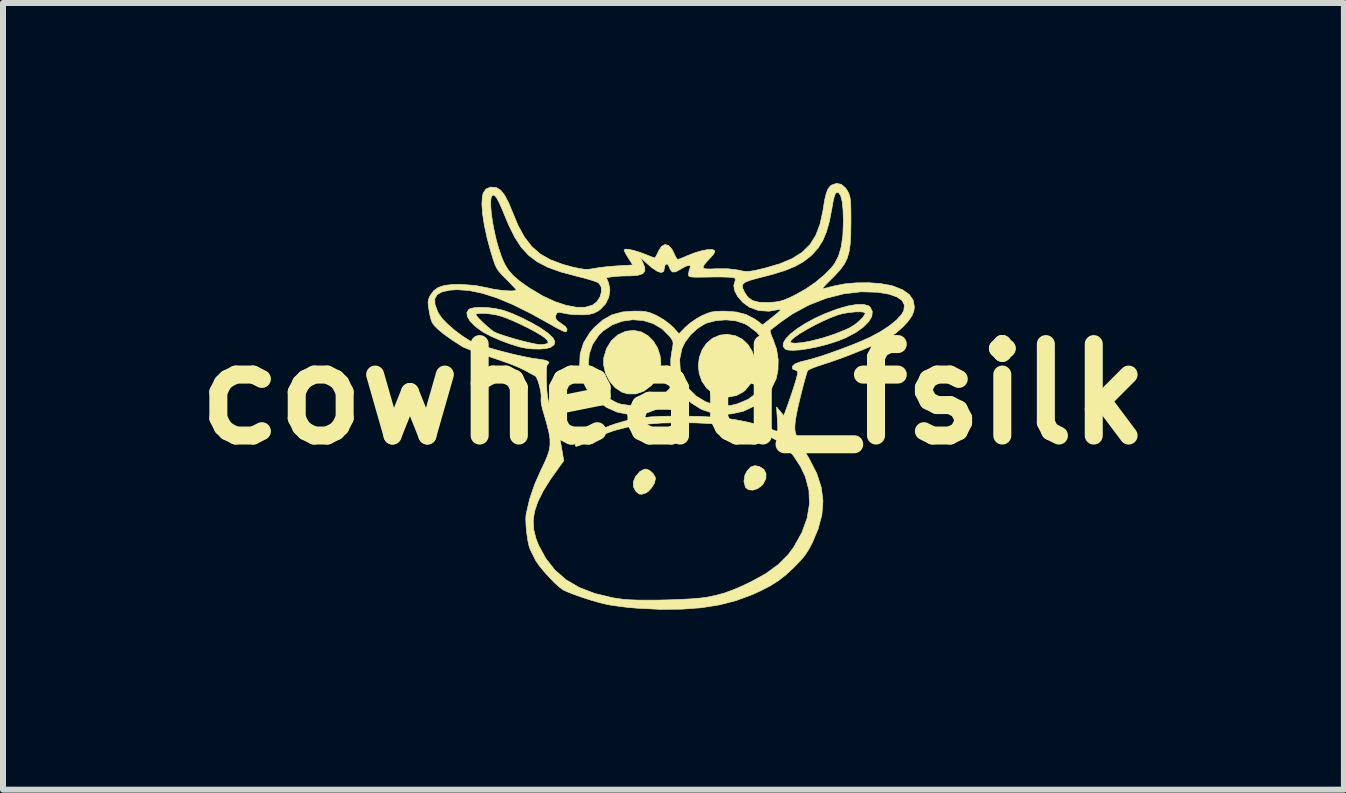
<source format=kicad_pcb>
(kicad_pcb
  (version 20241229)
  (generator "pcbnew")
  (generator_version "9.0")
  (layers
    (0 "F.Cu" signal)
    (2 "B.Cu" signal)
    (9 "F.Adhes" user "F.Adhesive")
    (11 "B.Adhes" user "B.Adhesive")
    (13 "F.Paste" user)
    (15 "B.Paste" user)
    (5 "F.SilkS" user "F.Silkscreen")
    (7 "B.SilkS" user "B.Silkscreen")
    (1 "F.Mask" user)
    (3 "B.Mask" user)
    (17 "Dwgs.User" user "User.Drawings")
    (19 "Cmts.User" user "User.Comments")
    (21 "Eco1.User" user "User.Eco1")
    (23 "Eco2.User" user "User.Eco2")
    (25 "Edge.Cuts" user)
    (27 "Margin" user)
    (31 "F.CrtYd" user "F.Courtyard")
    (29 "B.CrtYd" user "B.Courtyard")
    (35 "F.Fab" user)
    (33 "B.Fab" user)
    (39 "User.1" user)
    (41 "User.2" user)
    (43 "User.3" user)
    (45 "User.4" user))
  (footprint "cowhead_fsilk"
    (layer "F.Cu")
    (at 8.172 3.518)
    (property "Reference" "cowhead_fsilk" (at 0 0 0) (layer "F.SilkS") (effects (font (size 1.524 1.524) (thickness 0.3))))
    (attr through_hole)
    (fp_poly (pts (xy 1.429 1.204) (xy 1.505 1.252) (xy 1.542 1.323) (xy 1.54 1.407) (xy 1.495 1.495) (xy 1.475 1.519) (xy 1.402 1.574) (xy 1.324 1.599) (xy 1.252 1.593) (xy 1.202 1.555) (xy 1.199 1.549) (xy 1.174 1.454) (xy 1.19 1.35) (xy 1.222 1.286) (xy 1.285 1.215) (xy 1.355 1.191) (xy 1.429 1.204)) (stroke (width 0.01) (type solid)) (fill yes) (layer "F.SilkS"))
    (fp_poly (pts (xy -0.401 1.268) (xy -0.344 1.318) (xy -0.306 1.379) (xy -0.3 1.411) (xy -0.318 1.483) (xy -0.365 1.561) (xy -0.425 1.625) (xy -0.463 1.647) (xy -0.529 1.668) (xy -0.573 1.663) (xy -0.616 1.629) (xy -0.624 1.622) (xy -0.666 1.547) (xy -0.668 1.458) (xy -0.631 1.372) (xy -0.561 1.29) (xy -0.49 1.252) (xy -0.46 1.248) (xy -0.401 1.268)) (stroke (width 0.01) (type solid)) (fill yes) (layer "F.SilkS"))
    (fp_poly (pts (xy -0.534 -1.036) (xy -0.425 -0.974) (xy -0.334 -0.883) (xy -0.266 -0.772) (xy -0.224 -0.645) (xy -0.21 -0.512) (xy -0.229 -0.378) (xy -0.283 -0.25) (xy -0.367 -0.145) (xy -0.493 -0.051) (xy -0.627 -0.004) (xy -0.765 -0.005) (xy -0.861 -0.035) (xy -0.973 -0.109) (xy -1.066 -0.219) (xy -1.133 -0.351) (xy -1.165 -0.492) (xy -1.162 -0.604) (xy -1.116 -0.759) (xy -1.036 -0.89) (xy -0.926 -0.989) (xy -0.797 -1.048) (xy -0.659 -1.063) (xy -0.534 -1.036)) (stroke (width 0.01) (type solid)) (fill yes) (layer "F.SilkS"))
    (fp_poly (pts (xy 1.03 -0.975) (xy 1.149 -0.915) (xy 1.244 -0.824) (xy 1.313 -0.71) (xy 1.354 -0.581) (xy 1.365 -0.444) (xy 1.344 -0.308) (xy 1.288 -0.179) (xy 1.196 -0.066) (xy 1.157 -0.034) (xy 1.047 0.023) (xy 0.917 0.048) (xy 0.786 0.04) (xy 0.671 -0.003) (xy 0.668 -0.005) (xy 0.553 -0.101) (xy 0.473 -0.217) (xy 0.428 -0.347) (xy 0.414 -0.483) (xy 0.432 -0.617) (xy 0.478 -0.741) (xy 0.552 -0.849) (xy 0.651 -0.932) (xy 0.774 -0.984) (xy 0.889 -0.998) (xy 1.03 -0.975)) (stroke (width 0.01) (type solid)) (fill yes) (layer "F.SilkS"))
    (fp_poly (pts (xy 3.253 -1.471) (xy 3.277 -1.451) (xy 3.313 -1.379) (xy 3.305 -1.297) (xy 3.254 -1.209) (xy 3.164 -1.119) (xy 3.039 -1.029) (xy 2.88 -0.945) (xy 2.852 -0.932) (xy 2.715 -0.879) (xy 2.564 -0.831) (xy 2.407 -0.791) (xy 2.252 -0.759) (xy 2.111 -0.738) (xy 1.991 -0.73) (xy 1.903 -0.736) (xy 1.865 -0.749) (xy 1.827 -0.795) (xy 1.832 -0.855) (xy 1.841 -0.871) (xy 1.946 -0.871) (xy 1.969 -0.854) (xy 2.032 -0.849) (xy 2.128 -0.857) (xy 2.249 -0.877) (xy 2.288 -0.885) (xy 2.48 -0.934) (xy 2.677 -0.998) (xy 2.857 -1.069) (xy 2.935 -1.105) (xy 3.018 -1.156) (xy 3.095 -1.218) (xy 3.157 -1.281) (xy 3.191 -1.334) (xy 3.194 -1.349) (xy 3.171 -1.366) (xy 3.112 -1.373) (xy 3.027 -1.371) (xy 2.929 -1.361) (xy 2.83 -1.345) (xy 2.742 -1.322) (xy 2.738 -1.32) (xy 2.616 -1.274) (xy 2.486 -1.217) (xy 2.354 -1.152) (xy 2.228 -1.083) (xy 2.116 -1.017) (xy 2.027 -0.956) (xy 1.967 -0.906) (xy 1.946 -0.871) (xy 1.841 -0.871) (xy 1.875 -0.927) (xy 1.952 -1.006) (xy 2.06 -1.09) (xy 2.194 -1.176) (xy 2.349 -1.261) (xy 2.523 -1.34) (xy 2.711 -1.412) (xy 2.738 -1.421) (xy 2.908 -1.47) (xy 3.055 -1.495) (xy 3.172 -1.495) (xy 3.253 -1.471)) (stroke (width 0.01) (type solid)) (fill yes) (layer "F.SilkS"))
    (fp_poly (pts (xy -3.1 -1.443) (xy -2.971 -1.427) (xy -2.851 -1.401) (xy -2.828 -1.395) (xy -2.684 -1.342) (xy -2.521 -1.269) (xy -2.357 -1.185) (xy -2.208 -1.098) (xy -2.092 -1.017) (xy -2.01 -0.941) (xy -1.977 -0.877) (xy -1.99 -0.823) (xy -2.046 -0.781) (xy -2.118 -0.761) (xy -2.224 -0.752) (xy -2.346 -0.754) (xy -2.47 -0.768) (xy -2.563 -0.787) (xy -2.72 -0.836) (xy -2.884 -0.897) (xy -3.038 -0.964) (xy -3.164 -1.03) (xy -3.193 -1.048) (xy -3.306 -1.132) (xy -3.388 -1.215) (xy -3.434 -1.293) (xy -3.438 -1.326) (xy -3.294 -1.326) (xy -3.276 -1.298) (xy -3.231 -1.249) (xy -3.168 -1.187) (xy -3.099 -1.125) (xy -3.033 -1.07) (xy -2.993 -1.04) (xy -2.939 -1.015) (xy -2.849 -0.983) (xy -2.735 -0.947) (xy -2.608 -0.91) (xy -2.48 -0.876) (xy -2.363 -0.849) (xy -2.271 -0.831) (xy -2.221 -0.825) (xy -2.152 -0.83) (xy -2.102 -0.844) (xy -2.1 -0.845) (xy -2.086 -0.867) (xy -2.106 -0.902) (xy -2.137 -0.933) (xy -2.197 -0.977) (xy -2.293 -1.034) (xy -2.412 -1.098) (xy -2.543 -1.163) (xy -2.675 -1.223) (xy -2.797 -1.273) (xy -2.862 -1.296) (xy -2.951 -1.32) (xy -3.049 -1.336) (xy -3.144 -1.346) (xy -3.225 -1.347) (xy -3.278 -1.34) (xy -3.294 -1.326) (xy -3.438 -1.326) (xy -3.443 -1.36) (xy -3.411 -1.411) (xy -3.395 -1.421) (xy -3.326 -1.44) (xy -3.223 -1.447) (xy -3.1 -1.443)) (stroke (width 0.01) (type solid)) (fill yes) (layer "F.SilkS"))
    (fp_poly (pts (xy 2.798 -3.496) (xy 2.87 -3.433) (xy 2.901 -3.385) (xy 2.922 -3.342) (xy 2.937 -3.299) (xy 2.947 -3.244) (xy 2.953 -3.171) (xy 2.956 -3.069) (xy 2.957 -2.929) (xy 2.957 -2.869) (xy 2.954 -2.666) (xy 2.945 -2.503) (xy 2.926 -2.372) (xy 2.894 -2.263) (xy 2.847 -2.168) (xy 2.78 -2.076) (xy 2.693 -1.98) (xy 2.658 -1.945) (xy 2.582 -1.869) (xy 2.522 -1.807) (xy 2.485 -1.767) (xy 2.477 -1.756) (xy 2.502 -1.76) (xy 2.563 -1.774) (xy 2.648 -1.796) (xy 2.67 -1.802) (xy 2.847 -1.837) (xy 3.048 -1.855) (xy 3.256 -1.857) (xy 3.454 -1.842) (xy 3.626 -1.811) (xy 3.666 -1.8) (xy 3.822 -1.737) (xy 3.931 -1.659) (xy 3.994 -1.565) (xy 4.014 -1.453) (xy 4.006 -1.386) (xy 3.973 -1.305) (xy 3.906 -1.21) (xy 3.814 -1.112) (xy 3.707 -1.019) (xy 3.594 -0.943) (xy 3.584 -0.937) (xy 3.473 -0.88) (xy 3.326 -0.813) (xy 3.155 -0.741) (xy 2.971 -0.667) (xy 2.787 -0.597) (xy 2.613 -0.536) (xy 2.5 -0.499) (xy 2.394 -0.464) (xy 2.307 -0.431) (xy 2.25 -0.404) (xy 2.233 -0.391) (xy 2.192 -0.254) (xy 2.151 -0.101) (xy 2.111 0.057) (xy 2.076 0.207) (xy 2.048 0.339) (xy 2.031 0.44) (xy 2.027 0.478) (xy 2.023 0.54) (xy 2.023 0.591) (xy 2.031 0.64) (xy 2.049 0.694) (xy 2.08 0.762) (xy 2.129 0.85) (xy 2.197 0.968) (xy 2.267 1.086) (xy 2.388 1.323) (xy 2.462 1.552) (xy 2.491 1.778) (xy 2.473 2.008) (xy 2.41 2.246) (xy 2.316 2.47) (xy 2.256 2.585) (xy 2.192 2.682) (xy 2.113 2.777) (xy 2.011 2.882) (xy 1.878 3.006) (xy 1.75 3.107) (xy 1.612 3.194) (xy 1.45 3.278) (xy 1.305 3.343) (xy 1.044 3.439) (xy 0.765 3.511) (xy 0.463 3.559) (xy 0.131 3.583) (xy -0.235 3.585) (xy -0.621 3.565) (xy -0.761 3.553) (xy -0.908 3.535) (xy -1.039 3.516) (xy -1.102 3.505) (xy -1.227 3.475) (xy -1.371 3.434) (xy -1.521 3.386) (xy -1.661 3.336) (xy -1.778 3.29) (xy -1.837 3.262) (xy -1.898 3.218) (xy -1.979 3.145) (xy -2.068 3.054) (xy -2.157 2.955) (xy -2.234 2.861) (xy -2.29 2.781) (xy -2.305 2.754) (xy -2.344 2.674) (xy -2.381 2.601) (xy -2.387 2.589) (xy -2.409 2.524) (xy -2.429 2.424) (xy -2.446 2.306) (xy -2.457 2.185) (xy -2.461 2.077) (xy -2.455 1.999) (xy -2.396 1.745) (xy -2.31 1.495) (xy -2.212 1.274) (xy -2.148 1.14) (xy -2.101 1.031) (xy -2.071 0.936) (xy -2.057 0.845) (xy -2.058 0.749) (xy -2.075 0.639) (xy -2.108 0.505) (xy -2.156 0.338) (xy -2.183 0.246) (xy -2.201 0.167) (xy -2.208 0.102) (xy -2.206 0.084) (xy -2.204 0.024) (xy -2.214 -0.058) (xy -2.235 -0.148) (xy -2.26 -0.229) (xy -2.287 -0.287) (xy -2.304 -0.304) (xy -2.363 -0.335) (xy -2.389 -0.349) (xy -2.476 -0.397) (xy -2.56 -0.438) (xy -2.651 -0.477) (xy -2.76 -0.519) (xy -2.897 -0.567) (xy -3.035 -0.614) (xy -3.175 -0.661) (xy -3.303 -0.707) (xy -3.41 -0.747) (xy -3.485 -0.777) (xy -3.516 -0.792) (xy -3.692 -0.905) (xy -3.829 -1.003) (xy -3.933 -1.09) (xy -3.988 -1.146) (xy -4.023 -1.199) (xy -4.047 -1.266) (xy -4.067 -1.364) (xy -4.068 -1.37) (xy -4.084 -1.467) (xy -4.089 -1.532) (xy -4.082 -1.58) (xy -4.077 -1.59) (xy -3.977 -1.59) (xy -3.974 -1.497) (xy -3.93 -1.377) (xy -3.908 -1.336) (xy -3.851 -1.257) (xy -3.76 -1.164) (xy -3.649 -1.067) (xy -3.527 -0.975) (xy -3.408 -0.899) (xy -3.357 -0.872) (xy -3.269 -0.836) (xy -3.143 -0.794) (xy -2.991 -0.749) (xy -2.825 -0.704) (xy -2.656 -0.662) (xy -2.495 -0.626) (xy -2.354 -0.599) (xy -2.263 -0.586) (xy -2.154 -0.569) (xy -2.091 -0.548) (xy -2.073 -0.522) (xy -2.095 -0.499) (xy -2.11 -0.475) (xy -2.117 -0.418) (xy -2.119 -0.323) (xy -2.116 -0.196) (xy -2.11 -0.062) (xy -2.099 0.041) (xy -2.08 0.132) (xy -2.051 0.228) (xy -2.013 0.332) (xy -1.966 0.471) (xy -1.92 0.632) (xy -1.884 0.788) (xy -1.874 0.843) (xy -1.828 1.11) (xy -1.889 1.193) (xy -2.049 1.417) (xy -2.172 1.615) (xy -2.26 1.792) (xy -2.315 1.954) (xy -2.337 2.106) (xy -2.329 2.254) (xy -2.292 2.403) (xy -2.252 2.508) (xy -2.129 2.736) (xy -1.975 2.931) (xy -1.789 3.093) (xy -1.567 3.223) (xy -1.308 3.322) (xy -1.01 3.393) (xy -0.848 3.417) (xy -0.74 3.426) (xy -0.594 3.431) (xy -0.422 3.432) (xy -0.234 3.431) (xy -0.041 3.426) (xy 0.145 3.419) (xy 0.314 3.409) (xy 0.454 3.397) (xy 0.555 3.384) (xy 0.708 3.352) (xy 0.844 3.315) (xy 0.979 3.267) (xy 1.128 3.204) (xy 1.285 3.13) (xy 1.538 2.991) (xy 1.745 2.84) (xy 1.911 2.674) (xy 2.001 2.554) (xy 2.139 2.308) (xy 2.227 2.066) (xy 2.266 1.83) (xy 2.257 1.6) (xy 2.198 1.376) (xy 2.117 1.206) (xy 1.999 1.025) (xy 1.871 0.883) (xy 1.724 0.772) (xy 1.614 0.712) (xy 1.425 0.633) (xy 1.211 0.571) (xy 0.967 0.525) (xy 0.688 0.494) (xy 0.37 0.478) (xy 0.119 0.474) (xy -0.207 0.481) (xy -0.494 0.504) (xy -0.751 0.545) (xy -0.986 0.605) (xy -1.208 0.685) (xy -1.372 0.761) (xy -1.491 0.819) (xy -1.57 0.855) (xy -1.617 0.869) (xy -1.635 0.864) (xy -1.63 0.84) (xy -1.623 0.826) (xy -1.586 0.79) (xy -1.512 0.741) (xy -1.411 0.684) (xy -1.292 0.625) (xy -1.166 0.569) (xy -1.041 0.519) (xy -0.961 0.492) (xy -0.813 0.449) (xy -0.673 0.417) (xy -0.53 0.394) (xy -0.374 0.378) (xy -0.193 0.369) (xy 0.022 0.365) (xy 0.125 0.365) (xy 0.455 0.371) (xy 0.747 0.389) (xy 1.009 0.421) (xy 1.25 0.468) (xy 1.481 0.532) (xy 1.702 0.612) (xy 1.723 0.616) (xy 1.735 0.602) (xy 1.738 0.561) (xy 1.735 0.485) (xy 1.731 0.42) (xy 1.717 0.212) (xy 1.778 0.285) (xy 1.839 0.358) (xy 1.915 0.148) (xy 1.967 -0.003) (xy 2.012 -0.139) (xy 2.046 -0.251) (xy 2.066 -0.332) (xy 2.071 -0.366) (xy 2.051 -0.396) (xy 2.035 -0.399) (xy 1.992 -0.415) (xy 1.983 -0.425) (xy 1.982 -0.466) (xy 2.026 -0.505) (xy 2.113 -0.538) (xy 2.166 -0.551) (xy 2.286 -0.581) (xy 2.439 -0.627) (xy 2.614 -0.686) (xy 2.797 -0.752) (xy 2.978 -0.821) (xy 3.143 -0.889) (xy 3.282 -0.952) (xy 3.292 -0.957) (xy 3.458 -1.047) (xy 3.603 -1.143) (xy 3.72 -1.239) (xy 3.802 -1.329) (xy 3.838 -1.395) (xy 3.848 -1.485) (xy 3.81 -1.56) (xy 3.725 -1.62) (xy 3.593 -1.666) (xy 3.412 -1.697) (xy 3.407 -1.698) (xy 3.127 -1.706) (xy 2.836 -1.672) (xy 2.542 -1.597) (xy 2.255 -1.485) (xy 1.983 -1.338) (xy 1.79 -1.204) (xy 1.714 -1.145) (xy 1.653 -1.098) (xy 1.617 -1.071) (xy 1.614 -1.069) (xy 1.612 -1.04) (xy 1.631 -0.979) (xy 1.662 -0.907) (xy 1.718 -0.749) (xy 1.745 -0.573) (xy 1.741 -0.398) (xy 1.711 -0.257) (xy 1.624 -0.076) (xy 1.5 0.078) (xy 1.344 0.2) (xy 1.163 0.285) (xy 0.963 0.329) (xy 0.848 0.335) (xy 0.645 0.314) (xy 0.466 0.253) (xy 0.301 0.149) (xy 0.23 0.089) (xy 0.087 -0.042) (xy 0.027 0.031) (xy -0.092 0.143) (xy -0.244 0.235) (xy -0.415 0.302) (xy -0.589 0.339) (xy -0.741 0.339) (xy -0.942 0.298) (xy -1.116 0.22) (xy -1.274 0.101) (xy -1.314 0.063) (xy -1.395 -0.022) (xy -1.449 -0.093) (xy -1.487 -0.167) (xy -1.52 -0.263) (xy -1.523 -0.273) (xy -1.563 -0.478) (xy -1.562 -0.508) (xy -1.418 -0.508) (xy -1.393 -0.346) (xy -1.331 -0.192) (xy -1.234 -0.055) (xy -1.104 0.059) (xy -0.944 0.144) (xy -0.875 0.167) (xy -0.696 0.192) (xy -0.51 0.172) (xy -0.324 0.106) (xy -0.302 0.096) (xy -0.162 0.008) (xy -0.069 -0.088) (xy -0.069 -0.088) (xy -0.033 -0.142) (xy -0.014 -0.184) (xy -0.01 -0.233) (xy -0.018 -0.303) (xy -0.029 -0.367) (xy -0.045 -0.487) (xy -0.045 -0.578) (xy 0.103 -0.578) (xy 0.113 -0.403) (xy 0.165 -0.239) (xy 0.255 -0.091) (xy 0.38 0.033) (xy 0.535 0.126) (xy 0.647 0.166) (xy 0.808 0.195) (xy 0.959 0.187) (xy 1.064 0.162) (xy 1.246 0.085) (xy 1.393 -0.026) (xy 1.504 -0.167) (xy 1.575 -0.334) (xy 1.602 -0.523) (xy 1.602 -0.553) (xy 1.575 -0.729) (xy 1.504 -0.89) (xy 1.39 -1.03) (xy 1.239 -1.144) (xy 1.183 -1.175) (xy 1.043 -1.221) (xy 0.88 -1.238) (xy 0.713 -1.227) (xy 0.559 -1.187) (xy 0.529 -1.175) (xy 0.403 -1.097) (xy 0.285 -0.988) (xy 0.19 -0.863) (xy 0.14 -0.756) (xy 0.103 -0.578) (xy -0.045 -0.578) (xy -0.045 -0.586) (xy -0.03 -0.695) (xy -0.027 -0.71) (xy -0.011 -0.798) (xy -0.006 -0.855) (xy -0.017 -0.896) (xy -0.045 -0.939) (xy -0.063 -0.963) (xy -0.188 -1.088) (xy -0.338 -1.176) (xy -0.504 -1.227) (xy -0.679 -1.24) (xy -0.855 -1.216) (xy -1.021 -1.154) (xy -1.172 -1.054) (xy -1.247 -0.98) (xy -1.347 -0.832) (xy -1.403 -0.673) (xy -1.418 -0.508) (xy -1.562 -0.508) (xy -1.555 -0.671) (xy -1.499 -0.854) (xy -1.393 -1.026) (xy -1.322 -1.108) (xy -1.178 -1.236) (xy -1.025 -1.322) (xy -0.851 -1.37) (xy -0.661 -1.384) (xy -0.546 -1.383) (xy -0.463 -1.375) (xy -0.393 -1.357) (xy -0.317 -1.326) (xy -0.271 -1.304) (xy -0.167 -1.244) (xy -0.068 -1.171) (xy -0.007 -1.115) (xy 0.093 -1.006) (xy 0.202 -1.119) (xy 0.287 -1.191) (xy 0.392 -1.263) (xy 0.474 -1.308) (xy 0.56 -1.346) (xy 0.632 -1.369) (xy 0.71 -1.38) (xy 0.811 -1.383) (xy 0.861 -1.383) (xy 1.048 -1.369) (xy 1.204 -1.329) (xy 1.346 -1.257) (xy 1.41 -1.212) (xy 1.485 -1.154) (xy 1.659 -1.292) (xy 1.73 -1.35) (xy 1.776 -1.393) (xy 1.791 -1.414) (xy 1.784 -1.415) (xy 1.591 -1.382) (xy 1.417 -1.394) (xy 1.264 -1.45) (xy 1.157 -1.528) (xy 1.072 -1.624) (xy 1.02 -1.721) (xy 1.006 -1.805) (xy 1.147 -1.805) (xy 1.155 -1.762) (xy 1.18 -1.707) (xy 1.186 -1.694) (xy 1.244 -1.612) (xy 1.32 -1.559) (xy 1.425 -1.532) (xy 1.566 -1.528) (xy 1.59 -1.528) (xy 1.691 -1.535) (xy 1.772 -1.548) (xy 1.85 -1.572) (xy 1.942 -1.611) (xy 2.027 -1.653) (xy 2.199 -1.749) (xy 2.365 -1.863) (xy 2.512 -1.985) (xy 2.631 -2.105) (xy 2.684 -2.174) (xy 2.75 -2.301) (xy 2.796 -2.458) (xy 2.823 -2.651) (xy 2.831 -2.885) (xy 2.831 -2.894) (xy 2.825 -3.077) (xy 2.81 -3.216) (xy 2.785 -3.31) (xy 2.751 -3.358) (xy 2.723 -3.363) (xy 2.702 -3.348) (xy 2.683 -3.305) (xy 2.663 -3.228) (xy 2.642 -3.108) (xy 2.64 -3.097) (xy 2.598 -2.88) (xy 2.549 -2.704) (xy 2.488 -2.56) (xy 2.412 -2.438) (xy 2.316 -2.33) (xy 2.277 -2.294) (xy 2.163 -2.206) (xy 2.029 -2.131) (xy 1.867 -2.064) (xy 1.668 -2.002) (xy 1.548 -1.97) (xy 1.392 -1.93) (xy 1.278 -1.898) (xy 1.203 -1.869) (xy 1.161 -1.839) (xy 1.147 -1.805) (xy 1.006 -1.805) (xy 1.005 -1.811) (xy 1.02 -1.866) (xy 1.035 -1.912) (xy 1.017 -1.938) (xy 0.982 -1.945) (xy 0.907 -1.95) (xy 0.801 -1.953) (xy 0.675 -1.953) (xy 0.618 -1.952) (xy 0.475 -1.95) (xy 0.375 -1.949) (xy 0.31 -1.952) (xy 0.273 -1.959) (xy 0.255 -1.97) (xy 0.25 -1.987) (xy 0.25 -1.997) (xy 0.261 -2.063) (xy 0.275 -2.098) (xy 0.284 -2.136) (xy 0.257 -2.146) (xy 0.203 -2.131) (xy 0.128 -2.089) (xy 0.116 -2.081) (xy 0.037 -2.038) (xy -0.019 -2.036) (xy -0.054 -2.076) (xy -0.064 -2.107) (xy -0.09 -2.158) (xy -0.122 -2.169) (xy -0.145 -2.14) (xy -0.15 -2.108) (xy -0.163 -2.046) (xy -0.204 -2.026) (xy -0.27 -2.047) (xy -0.363 -2.11) (xy -0.444 -2.18) (xy -0.556 -2.283) (xy -0.515 -2.203) (xy -0.479 -2.114) (xy -0.478 -2.049) (xy -0.515 -2.006) (xy -0.593 -1.981) (xy -0.716 -1.971) (xy -0.753 -1.971) (xy -0.859 -1.969) (xy -0.958 -1.963) (xy -1.027 -1.956) (xy -1.118 -1.94) (xy -1.081 -1.853) (xy -1.059 -1.738) (xy -1.077 -1.618) (xy -1.132 -1.504) (xy -1.219 -1.412) (xy -1.259 -1.384) (xy -1.328 -1.349) (xy -1.4 -1.331) (xy -1.492 -1.323) (xy -1.549 -1.323) (xy -1.657 -1.326) (xy -1.758 -1.336) (xy -1.831 -1.35) (xy -1.899 -1.364) (xy -1.936 -1.357) (xy -1.949 -1.343) (xy -1.969 -1.285) (xy -1.947 -1.234) (xy -1.878 -1.182) (xy -1.871 -1.178) (xy -1.802 -1.128) (xy -1.772 -1.081) (xy -1.785 -1.043) (xy -1.793 -1.038) (xy -1.822 -1.044) (xy -1.883 -1.072) (xy -1.969 -1.116) (xy -2.048 -1.162) (xy -2.376 -1.344) (xy -2.672 -1.491) (xy -2.94 -1.603) (xy -3.183 -1.681) (xy -3.403 -1.727) (xy -3.604 -1.741) (xy -3.725 -1.733) (xy -3.853 -1.706) (xy -3.937 -1.659) (xy -3.977 -1.59) (xy -4.077 -1.59) (xy -4.062 -1.627) (xy -4.053 -1.644) (xy -3.996 -1.723) (xy -3.92 -1.778) (xy -3.816 -1.812) (xy -3.678 -1.828) (xy -3.556 -1.83) (xy -3.302 -1.811) (xy -3.109 -1.774) (xy -3.012 -1.752) (xy -2.906 -1.736) (xy -2.803 -1.725) (xy -2.714 -1.72) (xy -2.649 -1.723) (xy -2.62 -1.734) (xy -2.62 -1.736) (xy -2.636 -1.759) (xy -2.68 -1.807) (xy -2.743 -1.872) (xy -2.763 -1.893) (xy -2.845 -1.975) (xy -2.902 -2.038) (xy -2.942 -2.094) (xy -2.973 -2.157) (xy -3.002 -2.239) (xy -3.037 -2.355) (xy -3.043 -2.373) (xy -3.106 -2.604) (xy -3.152 -2.818) (xy -3.181 -3.009) (xy -3.19 -3.136) (xy -3.045 -3.136) (xy -3.035 -3.015) (xy -3.016 -2.876) (xy -2.988 -2.727) (xy -2.954 -2.575) (xy -2.913 -2.428) (xy -2.867 -2.294) (xy -2.865 -2.288) (xy -2.812 -2.167) (xy -2.749 -2.065) (xy -2.668 -1.973) (xy -2.56 -1.881) (xy -2.417 -1.78) (xy -2.383 -1.758) (xy -2.177 -1.636) (xy -1.977 -1.543) (xy -1.788 -1.48) (xy -1.616 -1.448) (xy -1.467 -1.449) (xy -1.347 -1.485) (xy -1.347 -1.485) (xy -1.274 -1.542) (xy -1.224 -1.62) (xy -1.2 -1.706) (xy -1.204 -1.786) (xy -1.241 -1.847) (xy -1.254 -1.857) (xy -1.299 -1.877) (xy -1.382 -1.904) (xy -1.49 -1.935) (xy -1.614 -1.966) (xy -1.628 -1.97) (xy -1.882 -2.038) (xy -2.093 -2.114) (xy -2.267 -2.204) (xy -2.413 -2.313) (xy -2.537 -2.448) (xy -2.645 -2.614) (xy -2.745 -2.817) (xy -2.798 -2.943) (xy -2.858 -3.089) (xy -2.905 -3.193) (xy -2.942 -3.262) (xy -2.972 -3.302) (xy -3 -3.317) (xy -3.009 -3.318) (xy -3.033 -3.296) (xy -3.045 -3.232) (xy -3.045 -3.136) (xy -3.19 -3.136) (xy -3.192 -3.17) (xy -3.184 -3.297) (xy -3.169 -3.355) (xy -3.12 -3.421) (xy -3.044 -3.451) (xy -2.951 -3.442) (xy -2.945 -3.44) (xy -2.879 -3.398) (xy -2.814 -3.316) (xy -2.748 -3.192) (xy -2.687 -3.044) (xy -2.588 -2.807) (xy -2.482 -2.615) (xy -2.361 -2.46) (xy -2.221 -2.337) (xy -2.053 -2.241) (xy -1.852 -2.165) (xy -1.684 -2.119) (xy -1.568 -2.094) (xy -1.484 -2.081) (xy -1.414 -2.081) (xy -1.342 -2.091) (xy -1.323 -2.095) (xy -1.236 -2.109) (xy -1.118 -2.123) (xy -0.99 -2.134) (xy -0.932 -2.138) (xy -0.679 -2.153) (xy -0.751 -2.267) (xy -0.792 -2.334) (xy -0.818 -2.386) (xy -0.823 -2.403) (xy -0.802 -2.417) (xy -0.744 -2.413) (xy -0.659 -2.394) (xy -0.556 -2.362) (xy -0.48 -2.334) (xy -0.4 -2.302) (xy -0.339 -2.279) (xy -0.311 -2.271) (xy -0.295 -2.291) (xy -0.267 -2.344) (xy -0.25 -2.383) (xy -0.2 -2.462) (xy -0.143 -2.494) (xy -0.083 -2.479) (xy -0.027 -2.418) (xy 0.009 -2.346) (xy 0.038 -2.285) (xy 0.064 -2.249) (xy 0.072 -2.246) (xy 0.105 -2.255) (xy 0.168 -2.28) (xy 0.228 -2.306) (xy 0.344 -2.352) (xy 0.459 -2.387) (xy 0.56 -2.407) (xy 0.638 -2.412) (xy 0.68 -2.399) (xy 0.688 -2.373) (xy 0.667 -2.332) (xy 0.612 -2.269) (xy 0.607 -2.264) (xy 0.533 -2.184) (xy 0.496 -2.131) (xy 0.498 -2.1) (xy 0.542 -2.087) (xy 0.631 -2.086) (xy 0.707 -2.09) (xy 0.901 -2.09) (xy 1.063 -2.071) (xy 1.086 -2.066) (xy 1.153 -2.051) (xy 1.209 -2.045) (xy 1.268 -2.047) (xy 1.342 -2.058) (xy 1.443 -2.081) (xy 1.522 -2.1) (xy 1.773 -2.173) (xy 1.978 -2.259) (xy 2.144 -2.364) (xy 2.274 -2.492) (xy 2.372 -2.648) (xy 2.443 -2.835) (xy 2.491 -3.059) (xy 2.496 -3.094) (xy 2.52 -3.241) (xy 2.546 -3.347) (xy 2.575 -3.42) (xy 2.612 -3.467) (xy 2.634 -3.484) (xy 2.717 -3.513) (xy 2.798 -3.496)) (stroke (width 0.01) (type solid)) (fill yes) (layer "F.SilkS")))
  (gr_rect
    (start -3 -3)
    (end 19.343 10.108)
    (stroke (width 0.1) (type default))
    (fill no)
    (layer "Edge.Cuts")))
</source>
